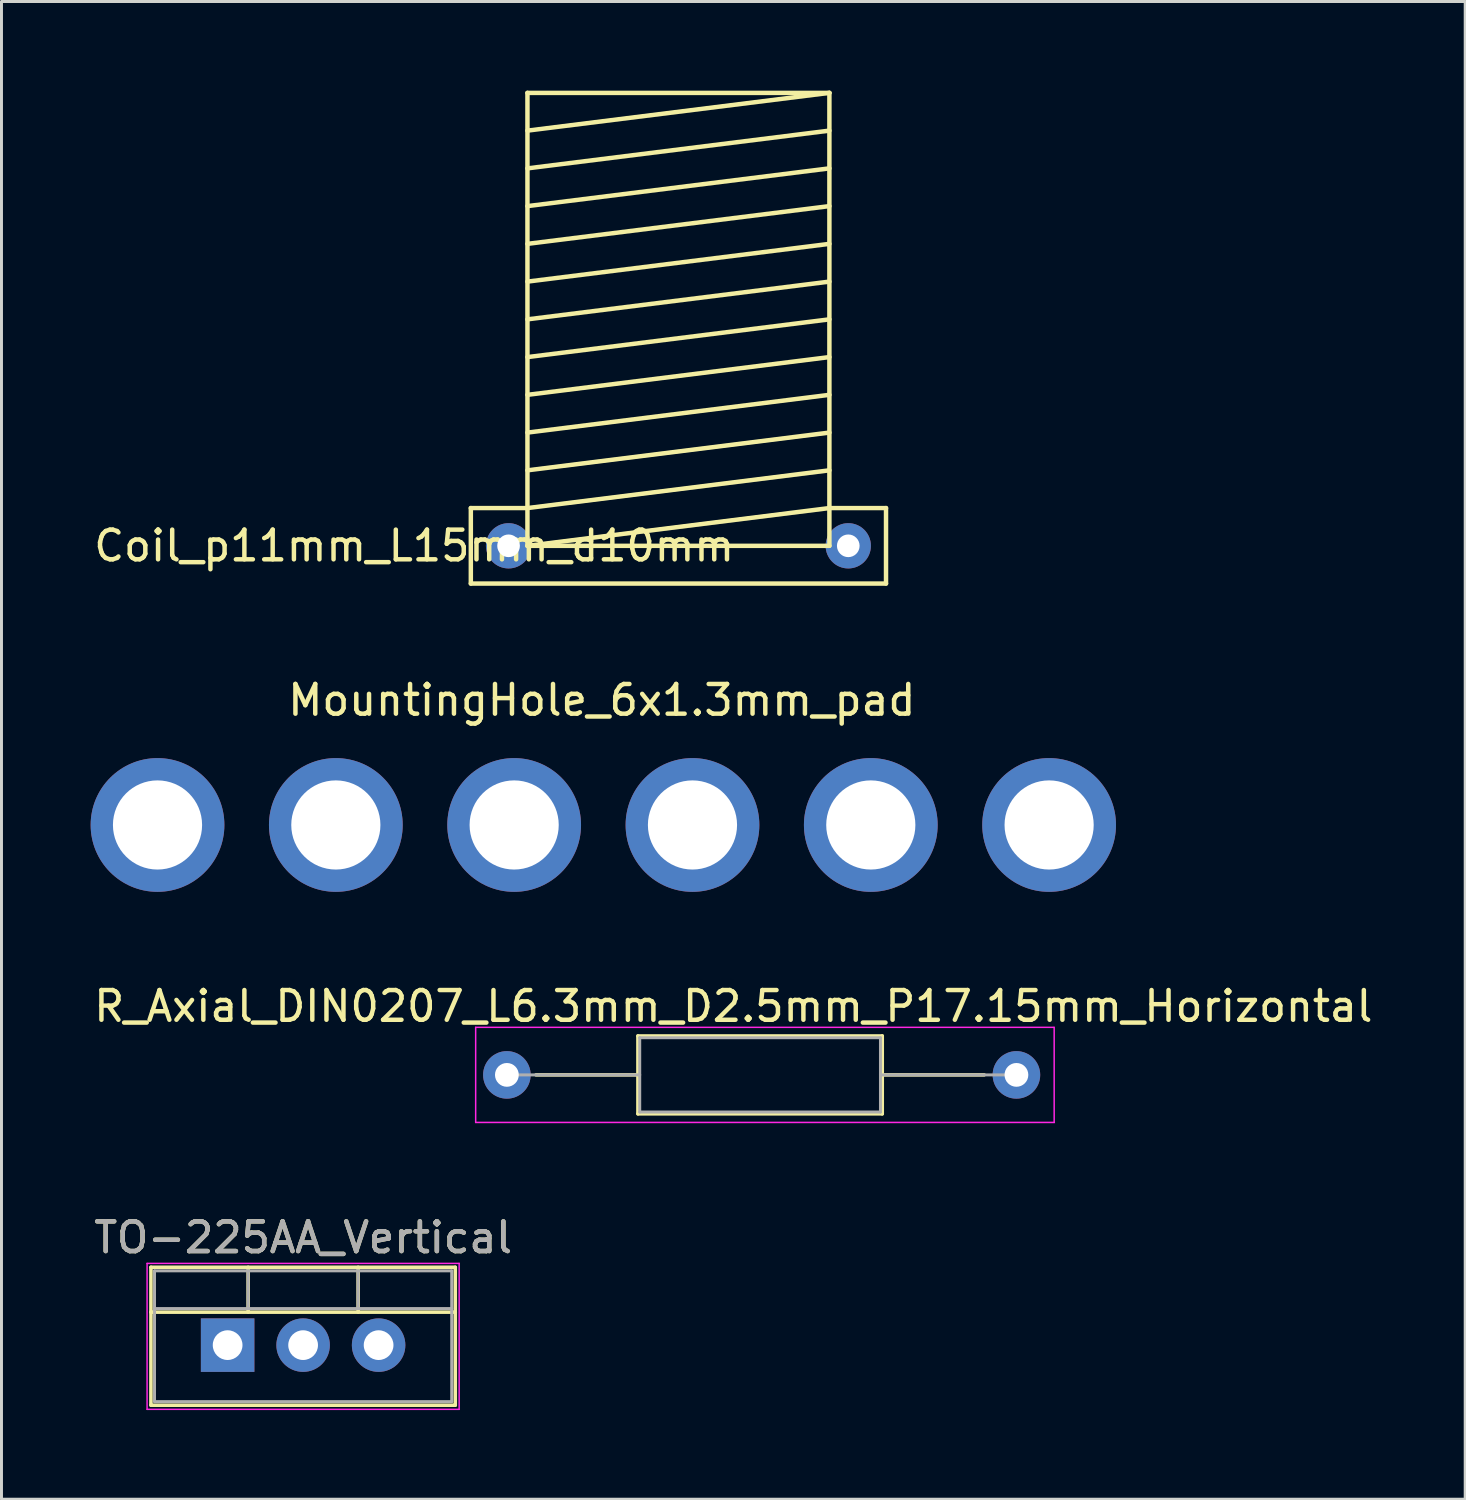
<source format=kicad_pcb>
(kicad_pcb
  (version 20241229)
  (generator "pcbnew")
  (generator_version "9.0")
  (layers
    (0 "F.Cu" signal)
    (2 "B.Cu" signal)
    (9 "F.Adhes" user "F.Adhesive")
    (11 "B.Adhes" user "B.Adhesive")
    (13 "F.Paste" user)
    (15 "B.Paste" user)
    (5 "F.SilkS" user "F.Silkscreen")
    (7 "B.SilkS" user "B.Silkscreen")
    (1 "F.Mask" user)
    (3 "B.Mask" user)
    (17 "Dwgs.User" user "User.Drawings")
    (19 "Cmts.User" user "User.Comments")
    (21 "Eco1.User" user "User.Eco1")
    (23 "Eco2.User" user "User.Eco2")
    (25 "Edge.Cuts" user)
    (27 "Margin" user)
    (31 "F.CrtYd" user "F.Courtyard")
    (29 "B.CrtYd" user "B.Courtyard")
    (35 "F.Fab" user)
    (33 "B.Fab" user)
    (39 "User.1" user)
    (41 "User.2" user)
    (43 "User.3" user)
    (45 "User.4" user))
  (footprint "MountingHole_6x1.3mm_pad"
    (layer "F.Cu")
    (at 17.2 24.508)
    (property "Reference" "MountingHole_6x1.3mm_pad" (at 0 -4 0) (layer "F.SilkS") (effects (font (size 1 1) (thickness 0.15))))
    (attr through_hole)
    (pad "1" thru_hole circle (at -14.95 0.2) (size 4.5 4.5) (drill 3) (layers "*.Cu" "*.Mask"))
    (pad "2" thru_hole circle (at -8.95 0.2) (size 4.5 4.5) (drill 3) (layers "*.Cu" "*.Mask"))
    (pad "3" thru_hole circle (at -2.95 0.2) (size 4.5 4.5) (drill 3) (layers "*.Cu" "*.Mask"))
    (pad "4" thru_hole circle (at 3.05 0.2) (size 4.5 4.5) (drill 3) (layers "*.Cu" "*.Mask"))
    (pad "5" thru_hole circle (at 9.05 0.2) (size 4.5 4.5) (drill 3) (layers "*.Cu" "*.Mask"))
    (pad "6" thru_hole circle (at 15.05 0.2) (size 4.5 4.5) (drill 3) (layers "*.Cu" "*.Mask")))
  (footprint "R_Axial_DIN0207_L6.3mm_D2.5mm_P17.15mm_Horizontal"
    (layer "F.Cu")
    (at 14.005 33.117)
    (property "Reference" "R_Axial_DIN0207_L6.3mm_D2.5mm_P17.15mm_Horizontal" (at 7.62 -2.31 0) (layer "F.SilkS") (effects (font (size 1 1) (thickness 0.15))))
    (attr through_hole)
    (fp_line (start 0.98 0) (end 4.41 0) (stroke (width 0.12) (type solid)) (layer "F.SilkS"))
    (fp_line (start 4.41 -1.31) (end 4.41 1.31) (stroke (width 0.12) (type solid)) (layer "F.SilkS"))
    (fp_line (start 4.41 1.31) (end 12.63 1.31) (stroke (width 0.12) (type solid)) (layer "F.SilkS"))
    (fp_line (start 12.63 -1.31) (end 4.41 -1.31) (stroke (width 0.12) (type solid)) (layer "F.SilkS"))
    (fp_line (start 12.63 1.31) (end 12.63 -1.31) (stroke (width 0.12) (type solid)) (layer "F.SilkS"))
    (fp_line (start 16.06 0) (end 12.63 0) (stroke (width 0.12) (type solid)) (layer "F.SilkS"))
    (fp_line (start -1.05 -1.6) (end -1.05 1.6) (stroke (width 0.05) (type solid)) (layer "F.CrtYd"))
    (fp_line (start -1.05 1.6) (end 18.42 1.6) (stroke (width 0.05) (type solid)) (layer "F.CrtYd"))
    (fp_line (start 18.41 -1.6) (end -1.05 -1.6) (stroke (width 0.05) (type solid)) (layer "F.CrtYd"))
    (fp_line (start 18.415 1.6) (end 18.415 -1.6) (stroke (width 0.05) (type solid)) (layer "F.CrtYd"))
    (fp_line (start 0 0) (end 4.47 0) (stroke (width 0.1) (type solid)) (layer "F.Fab"))
    (fp_line (start 4.47 -1.25) (end 4.47 1.25) (stroke (width 0.1) (type solid)) (layer "F.Fab"))
    (fp_line (start 4.47 1.25) (end 12.57 1.25) (stroke (width 0.1) (type solid)) (layer "F.Fab"))
    (fp_line (start 12.57 -1.25) (end 4.47 -1.25) (stroke (width 0.1) (type solid)) (layer "F.Fab"))
    (fp_line (start 12.57 1.25) (end 12.57 -1.25) (stroke (width 0.1) (type solid)) (layer "F.Fab"))
    (fp_line (start 17.04 0) (end 12.57 0) (stroke (width 0.1) (type solid)) (layer "F.Fab"))
    (pad "1" thru_hole circle (at 0 0) (size 1.6 1.6) (drill 0.8) (layers "*.Cu" "*.Mask"))
    (pad "2" thru_hole oval (at 17.145 0) (size 1.6 1.6) (drill 0.8) (layers "*.Cu" "*.Mask")))
  (footprint "TO-225AA_Vertical"
    (layer "F.Cu")
    (at 4.609 42.21)
    (property "Reference" "TO-225AA_Vertical" (at 2.54 -3.62 0) (layer "F.SilkS") (effects (font (size 1 1) (thickness 0.15))))
    (attr through_hole)
    (fp_line (start -2.58 -2.62) (end -2.58 2.021) (stroke (width 0.12) (type solid)) (layer "F.SilkS"))
    (fp_line (start -2.58 -2.62) (end 7.66 -2.62) (stroke (width 0.12) (type solid)) (layer "F.SilkS"))
    (fp_line (start -2.58 -1.11) (end 7.66 -1.11) (stroke (width 0.12) (type solid)) (layer "F.SilkS"))
    (fp_line (start -2.58 2.021) (end 7.66 2.021) (stroke (width 0.12) (type solid)) (layer "F.SilkS"))
    (fp_line (start 0.69 -2.62) (end 0.69 -1.11) (stroke (width 0.12) (type solid)) (layer "F.SilkS"))
    (fp_line (start 4.391 -2.62) (end 4.391 -1.11) (stroke (width 0.12) (type solid)) (layer "F.SilkS"))
    (fp_line (start 7.66 -2.62) (end 7.66 2.021) (stroke (width 0.12) (type solid)) (layer "F.SilkS"))
    (fp_line (start -2.71 -2.75) (end -2.71 2.16) (stroke (width 0.05) (type solid)) (layer "F.CrtYd"))
    (fp_line (start -2.71 2.16) (end 7.79 2.16) (stroke (width 0.05) (type solid)) (layer "F.CrtYd"))
    (fp_line (start 7.79 -2.75) (end -2.71 -2.75) (stroke (width 0.05) (type solid)) (layer "F.CrtYd"))
    (fp_line (start 7.79 2.16) (end 7.79 -2.75) (stroke (width 0.05) (type solid)) (layer "F.CrtYd"))
    (fp_line (start -2.46 -2.5) (end -2.46 1.9) (stroke (width 0.1) (type solid)) (layer "F.Fab"))
    (fp_line (start -2.46 -1.23) (end 7.54 -1.23) (stroke (width 0.1) (type solid)) (layer "F.Fab"))
    (fp_line (start -2.46 1.9) (end 7.54 1.9) (stroke (width 0.1) (type solid)) (layer "F.Fab"))
    (fp_line (start 0.69 -2.5) (end 0.69 -1.23) (stroke (width 0.1) (type solid)) (layer "F.Fab"))
    (fp_line (start 4.39 -2.5) (end 4.39 -1.23) (stroke (width 0.1) (type solid)) (layer "F.Fab"))
    (fp_line (start 7.54 -2.5) (end -2.46 -2.5) (stroke (width 0.1) (type solid)) (layer "F.Fab"))
    (fp_line (start 7.54 1.9) (end 7.54 -2.5) (stroke (width 0.1) (type solid)) (layer "F.Fab"))
    (fp_text user "${REFERENCE}" (at 2.54 -3.62 0) (layer "F.Fab") (effects (font (size 1 1) (thickness 0.15))))
    (pad "1" thru_hole rect (at 0 0) (size 1.8 1.8) (drill 1) (layers "*.Cu" "*.Mask"))
    (pad "2" thru_hole oval (at 2.54 0) (size 1.8 1.8) (drill 1) (layers "*.Cu" "*.Mask"))
    (pad "3" thru_hole oval (at 5.08 0) (size 1.8 1.8) (drill 1) (layers "*.Cu" "*.Mask")))
  (footprint "Coil_p11mm_L15mm_d10mm"
    (layer "F.Cu")
    (at 14.062 15.315)
    (property "Reference" "Coil_p11mm_L15mm_d10mm" (at -3.175 0 0) (layer "F.SilkS") (effects (font (size 1 1) (thickness 0.15))))
    (attr through_hole)
    (fp_line (start -1.27 -1.27) (end 0.635 -1.27) (stroke (width 0.15) (type solid)) (layer "F.SilkS"))
    (fp_line (start -1.27 1.27) (end -1.27 -1.27) (stroke (width 0.15) (type solid)) (layer "F.SilkS"))
    (fp_line (start 0.635 -13.97) (end 10.795 -15.24) (stroke (width 0.15) (type solid)) (layer "F.SilkS"))
    (fp_line (start 0.635 -12.7) (end 10.795 -13.97) (stroke (width 0.15) (type solid)) (layer "F.SilkS"))
    (fp_line (start 0.635 -11.43) (end 10.795 -12.7) (stroke (width 0.15) (type solid)) (layer "F.SilkS"))
    (fp_line (start 0.635 -10.16) (end 10.795 -11.43) (stroke (width 0.15) (type solid)) (layer "F.SilkS"))
    (fp_line (start 0.635 -8.89) (end 10.795 -10.16) (stroke (width 0.15) (type solid)) (layer "F.SilkS"))
    (fp_line (start 0.635 -7.62) (end 10.795 -8.89) (stroke (width 0.15) (type solid)) (layer "F.SilkS"))
    (fp_line (start 0.635 -6.35) (end 10.795 -7.62) (stroke (width 0.15) (type solid)) (layer "F.SilkS"))
    (fp_line (start 0.635 -5.08) (end 10.795 -6.35) (stroke (width 0.15) (type solid)) (layer "F.SilkS"))
    (fp_line (start 0.635 -3.81) (end 10.795 -5.08) (stroke (width 0.15) (type solid)) (layer "F.SilkS"))
    (fp_line (start 0.635 -2.54) (end 10.795 -3.81) (stroke (width 0.15) (type solid)) (layer "F.SilkS"))
    (fp_line (start 0.635 -1.27) (end 10.795 -2.54) (stroke (width 0.15) (type solid)) (layer "F.SilkS"))
    (fp_line (start 0.635 0) (end 0.635 -15.24) (stroke (width 0.15) (type solid)) (layer "F.SilkS"))
    (fp_line (start 0.635 0) (end 10.795 -1.27) (stroke (width 0.15) (type solid)) (layer "F.SilkS"))
    (fp_line (start 10.795 -15.24) (end 0.635 -15.24) (stroke (width 0.15) (type solid)) (layer "F.SilkS"))
    (fp_line (start 10.795 -15.24) (end 10.795 0) (stroke (width 0.15) (type solid)) (layer "F.SilkS"))
    (fp_line (start 10.795 -1.27) (end 12.7 -1.27) (stroke (width 0.15) (type solid)) (layer "F.SilkS"))
    (fp_line (start 10.795 0) (end 0.635 0) (stroke (width 0.15) (type solid)) (layer "F.SilkS"))
    (fp_line (start 12.7 -1.27) (end 12.7 1.27) (stroke (width 0.15) (type solid)) (layer "F.SilkS"))
    (fp_line (start 12.7 1.27) (end -1.27 1.27) (stroke (width 0.15) (type solid)) (layer "F.SilkS"))
    (pad "1" thru_hole circle (at 0 0) (size 1.524 1.524) (drill 0.762) (layers "*.Cu" "*.Mask"))
    (pad "2" thru_hole circle (at 11.43 0) (size 1.524 1.524) (drill 0.762) (layers "*.Cu" "*.Mask")))
  (gr_rect
    (start -3 -3)
    (end 46.25 47.395)
    (stroke (width 0.1) (type default))
    (fill no)
    (layer "Edge.Cuts")))
</source>
